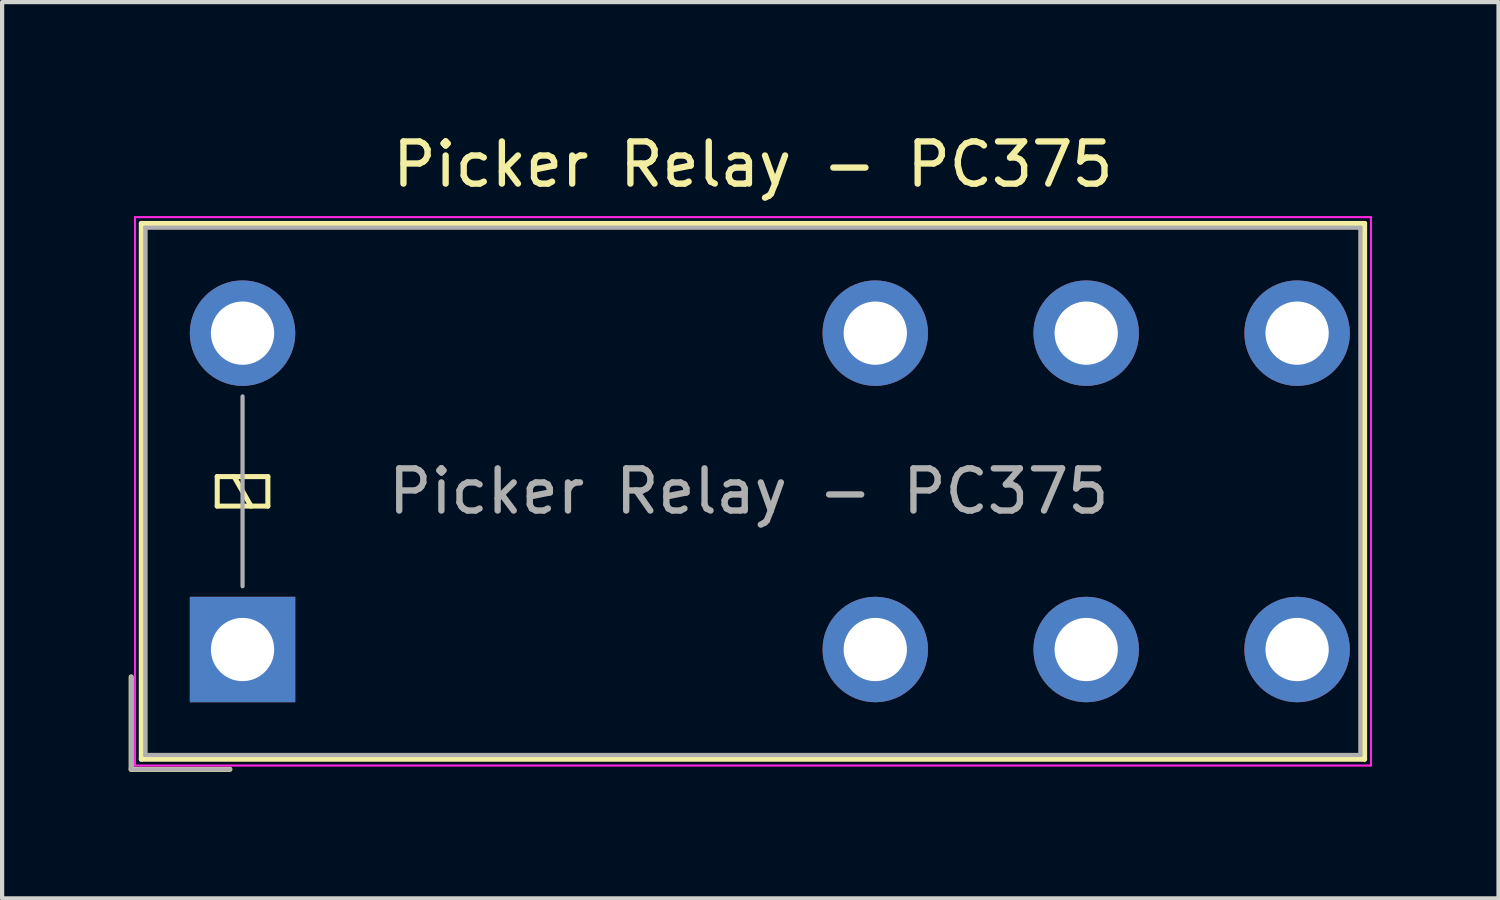
<source format=kicad_pcb>
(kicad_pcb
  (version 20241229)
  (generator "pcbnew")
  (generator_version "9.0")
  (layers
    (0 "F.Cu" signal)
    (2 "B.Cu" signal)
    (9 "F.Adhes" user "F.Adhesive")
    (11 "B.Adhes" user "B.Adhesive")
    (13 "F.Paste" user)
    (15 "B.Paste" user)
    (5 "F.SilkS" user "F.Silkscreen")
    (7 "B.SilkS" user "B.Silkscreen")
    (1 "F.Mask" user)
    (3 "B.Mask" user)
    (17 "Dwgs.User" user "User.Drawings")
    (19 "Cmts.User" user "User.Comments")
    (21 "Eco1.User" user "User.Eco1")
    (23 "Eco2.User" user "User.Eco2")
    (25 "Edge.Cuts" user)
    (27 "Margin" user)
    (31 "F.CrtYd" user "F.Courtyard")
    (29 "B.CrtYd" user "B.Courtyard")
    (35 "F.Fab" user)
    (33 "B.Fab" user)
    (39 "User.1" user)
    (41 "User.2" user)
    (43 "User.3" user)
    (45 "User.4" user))
  (footprint "Picker Relay - PC375"
    (layer "F.Cu")
    (at 2.7 12.348)
    (property "Reference" "Picker Relay - PC375" (at 12.1 -11.5 180) (layer "F.SilkS") (effects (font (size 1 1) (thickness 0.15))))
    (attr through_hole)
    (fp_line (start -2.64 2.84) (end -2.64 0.65) (stroke (width 0.12) (type solid)) (layer "F.SilkS"))
    (fp_line (start -2.4 -10.1) (end -2.4 2.6) (stroke (width 0.12) (type solid)) (layer "F.SilkS"))
    (fp_line (start -2.4 2.6) (end 26.6 2.6) (stroke (width 0.12) (type solid)) (layer "F.SilkS"))
    (fp_line (start -0.6 -4.1) (end -0.6 -3.4) (stroke (width 0.12) (type solid)) (layer "F.SilkS"))
    (fp_line (start -0.6 -3.4) (end 0.6 -3.4) (stroke (width 0.12) (type solid)) (layer "F.SilkS"))
    (fp_line (start -0.3 2.84) (end -2.64 2.84) (stroke (width 0.12) (type solid)) (layer "F.SilkS"))
    (fp_line (start 0.2 -3.4) (end -0.2 -4.1) (stroke (width 0.12) (type solid)) (layer "F.SilkS"))
    (fp_line (start 0.6 -4.1) (end -0.6 -4.1) (stroke (width 0.12) (type solid)) (layer "F.SilkS"))
    (fp_line (start 0.6 -3.4) (end 0.6 -4.1) (stroke (width 0.12) (type solid)) (layer "F.SilkS"))
    (fp_line (start 26.6 -10.1) (end -2.4 -10.1) (stroke (width 0.12) (type solid)) (layer "F.SilkS"))
    (fp_line (start 26.6 2.6) (end 26.6 -10.1) (stroke (width 0.12) (type solid)) (layer "F.SilkS"))
    (fp_line (start -2.55 -10.25) (end -2.55 2.75) (stroke (width 0.05) (type solid)) (layer "F.CrtYd"))
    (fp_line (start -2.55 2.75) (end 26.75 2.75) (stroke (width 0.05) (type solid)) (layer "F.CrtYd"))
    (fp_line (start 26.75 -10.25) (end -2.55 -10.25) (stroke (width 0.05) (type solid)) (layer "F.CrtYd"))
    (fp_line (start 26.75 2.75) (end 26.75 -10.25) (stroke (width 0.05) (type solid)) (layer "F.CrtYd"))
    (fp_line (start -2.64 2.84) (end -2.64 0.65) (stroke (width 0.1) (type solid)) (layer "F.Fab"))
    (fp_line (start -2.3 -10) (end -2.3 2.5) (stroke (width 0.1) (type solid)) (layer "F.Fab"))
    (fp_line (start -2.3 2.5) (end 26.5 2.5) (stroke (width 0.1) (type solid)) (layer "F.Fab"))
    (fp_line (start -0.3 2.84) (end -2.64 2.84) (stroke (width 0.1) (type solid)) (layer "F.Fab"))
    (fp_line (start 0 -1.5) (end 0 -6) (stroke (width 0.1) (type solid)) (layer "F.Fab"))
    (fp_line (start 26.5 -10) (end -2.3 -10) (stroke (width 0.1) (type solid)) (layer "F.Fab"))
    (fp_line (start 26.5 2.5) (end 26.5 -10) (stroke (width 0.1) (type solid)) (layer "F.Fab"))
    (fp_text user "${REFERENCE}" (at 12 -3.75 180) (layer "F.Fab") (effects (font (size 1 1) (thickness 0.15))))
    (pad "1" thru_hole rect (at 0 0 90) (size 2.5 2.5) (drill 1.5) (layers "*.Cu" "*.Mask"))
    (pad "2" thru_hole oval (at 15 0 90) (size 2.5 2.5) (drill 1.5) (layers "*.Cu" "*.Mask"))
    (pad "3" thru_hole oval (at 20 0 90) (size 2.5 2.5) (drill 1.5) (layers "*.Cu" "*.Mask"))
    (pad "4" thru_hole oval (at 25 0 90) (size 2.5 2.5) (drill 1.5) (layers "*.Cu" "*.Mask"))
    (pad "5" thru_hole oval (at 25 -7.5 90) (size 2.5 2.5) (drill 1.5) (layers "*.Cu" "*.Mask"))
    (pad "6" thru_hole oval (at 20 -7.5 90) (size 2.5 2.5) (drill 1.5) (layers "*.Cu" "*.Mask"))
    (pad "7" thru_hole oval (at 15 -7.5 90) (size 2.5 2.5) (drill 1.5) (layers "*.Cu" "*.Mask"))
    (pad "8" thru_hole oval (at 0 -7.5 90) (size 2.5 2.5) (drill 1.5) (layers "*.Cu" "*.Mask")))
  (gr_rect
    (start -3 -3)
    (end 32.475 18.248)
    (stroke (width 0.1) (type default))
    (fill no)
    (layer "Edge.Cuts")))
</source>
